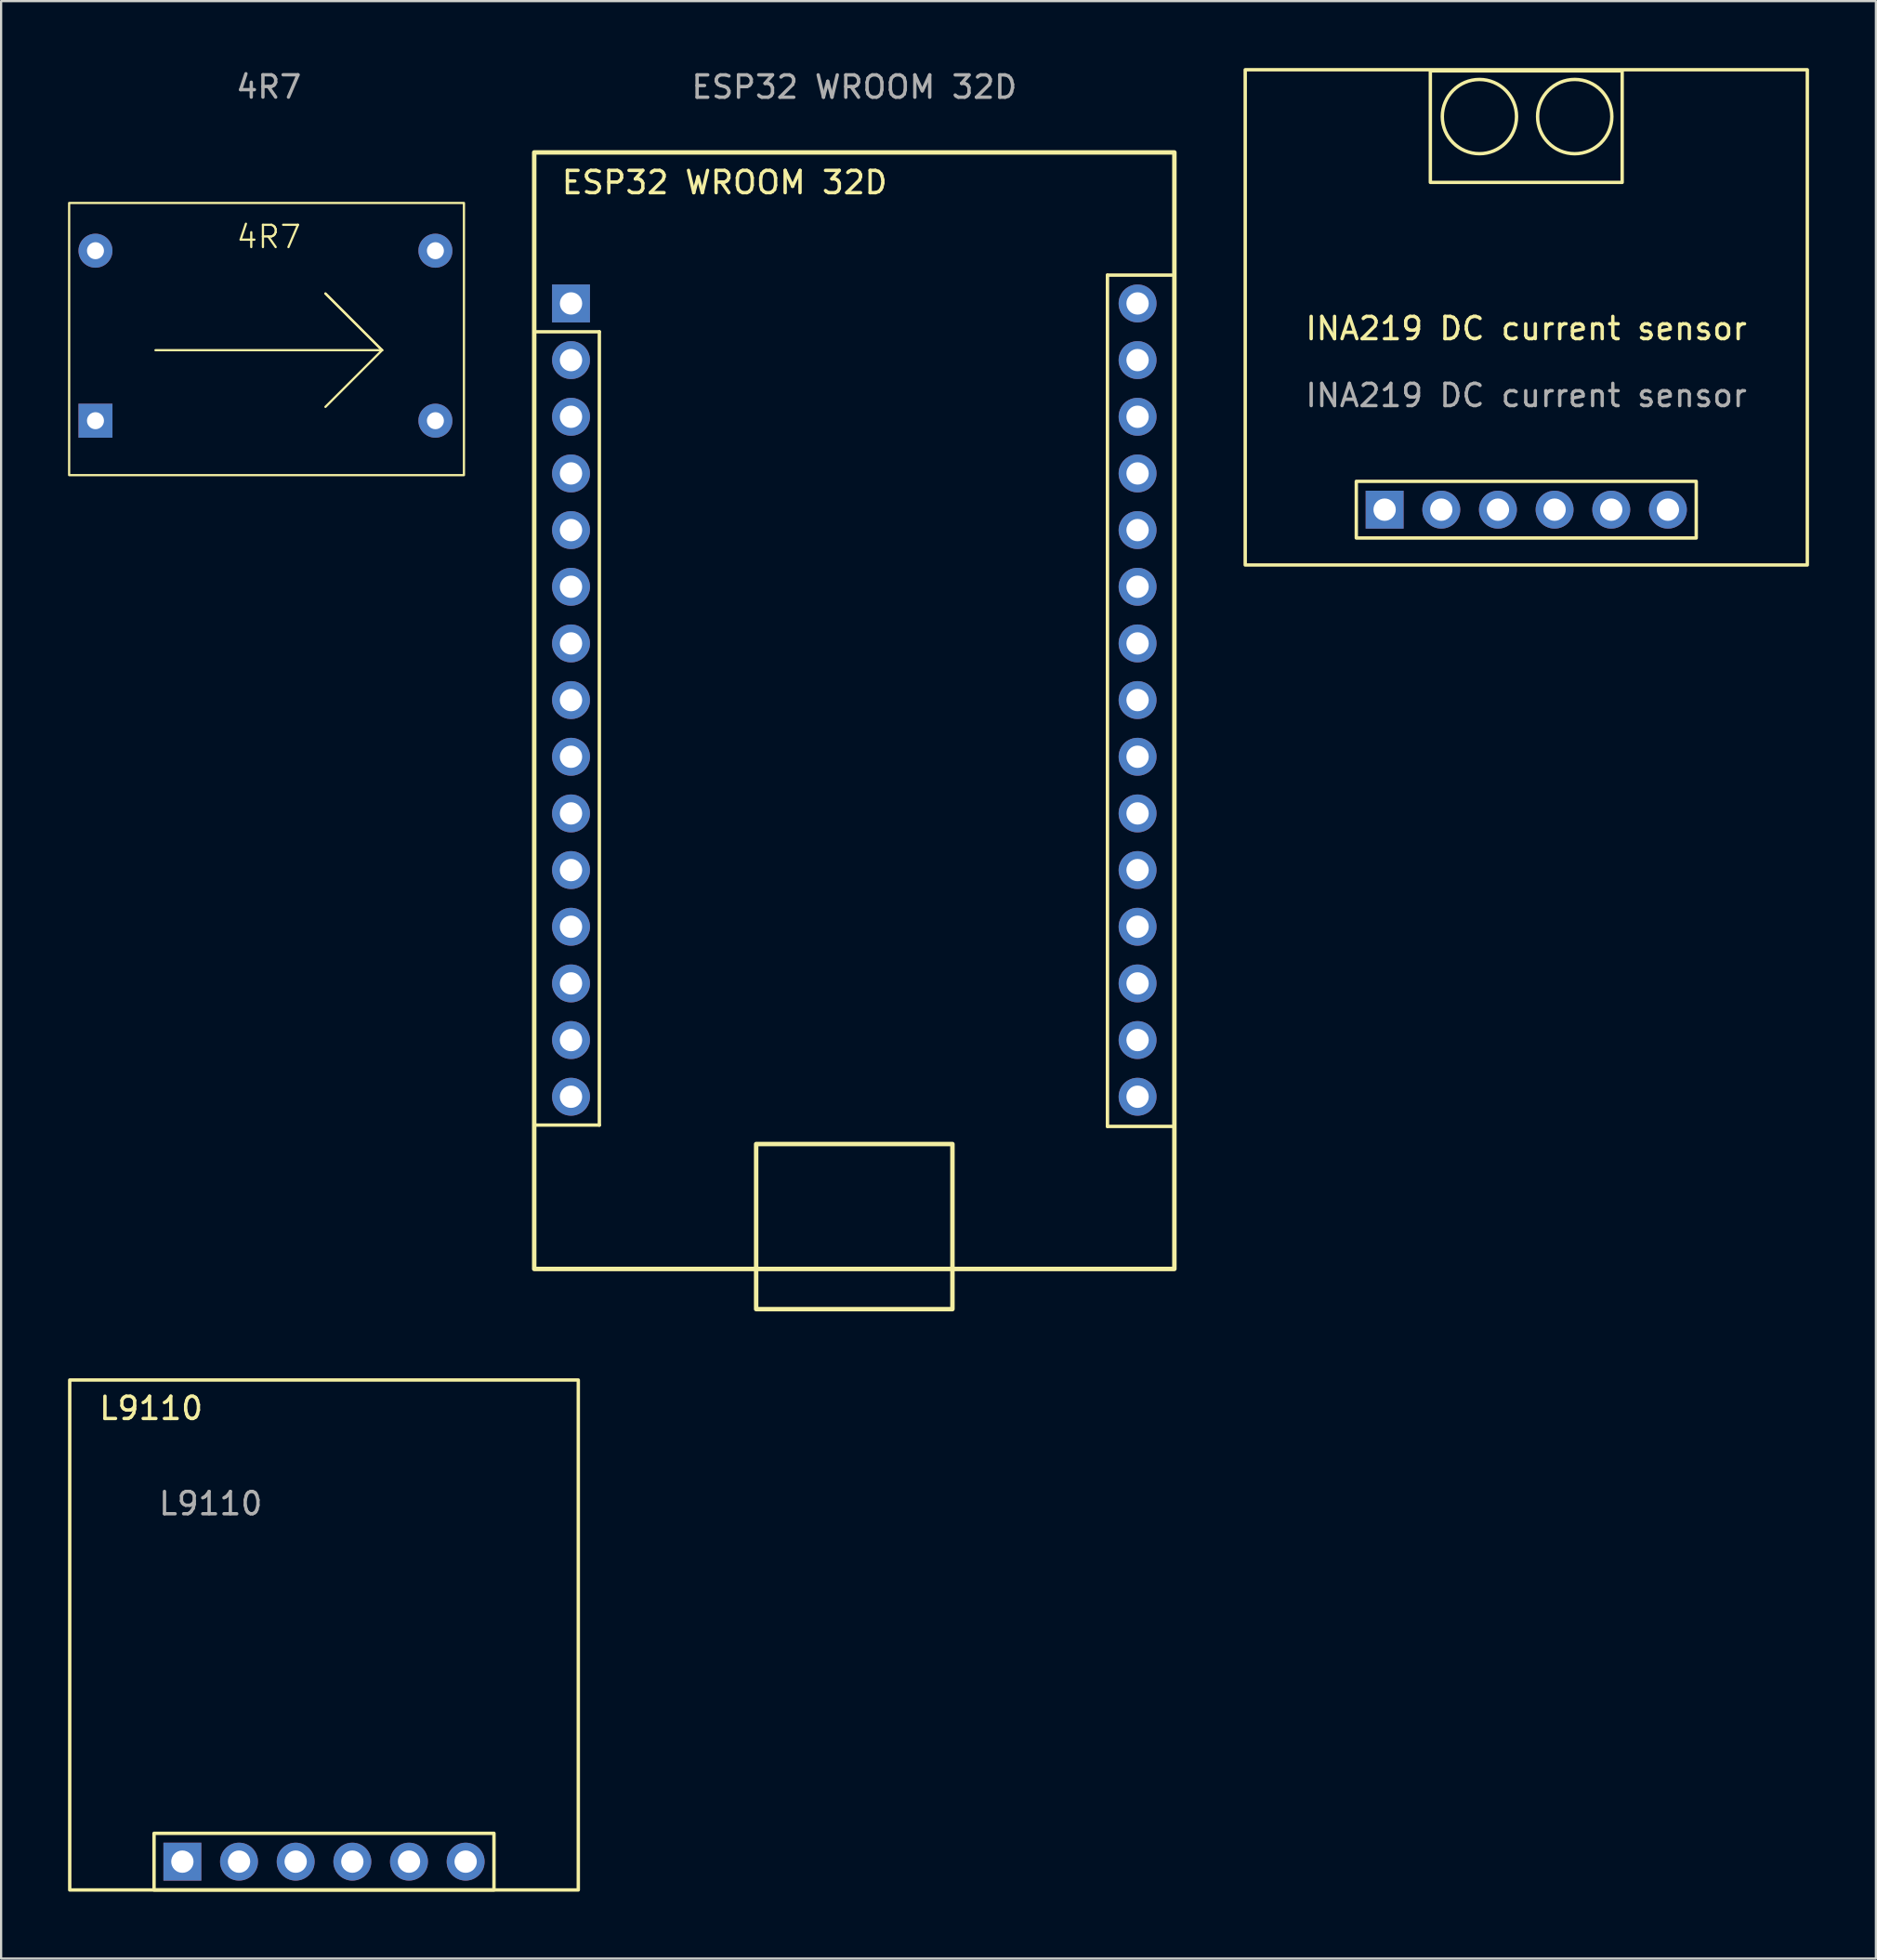
<source format=kicad_pcb>
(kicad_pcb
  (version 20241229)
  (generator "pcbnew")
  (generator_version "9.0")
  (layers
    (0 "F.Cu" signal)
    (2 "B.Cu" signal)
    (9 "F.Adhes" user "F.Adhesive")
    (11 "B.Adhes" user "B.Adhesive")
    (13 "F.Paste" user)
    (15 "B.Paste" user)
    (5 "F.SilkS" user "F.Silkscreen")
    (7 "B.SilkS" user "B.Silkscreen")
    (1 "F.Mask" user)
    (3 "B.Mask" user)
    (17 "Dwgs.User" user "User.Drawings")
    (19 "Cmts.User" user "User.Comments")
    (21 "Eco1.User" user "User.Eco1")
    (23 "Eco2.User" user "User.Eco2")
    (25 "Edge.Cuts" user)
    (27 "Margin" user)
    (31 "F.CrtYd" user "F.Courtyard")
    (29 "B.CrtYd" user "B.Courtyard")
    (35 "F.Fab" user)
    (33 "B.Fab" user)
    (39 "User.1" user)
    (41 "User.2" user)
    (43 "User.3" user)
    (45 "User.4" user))
  (footprint "INA219 DC current sensor"
    (layer "F.Cu")
    (at 65.376 12.176)
    (property "Reference" "INA219 DC current sensor" (at 0 -0.5 0) (unlocked yes) (layer "F.SilkS") (effects (font (size 1 1) (thickness 0.152))))
    (attr through_hole)
    (fp_rect (start -12.6 -12.1) (end 12.6 10.1) (stroke (width 0.152) (type default)) (fill no) (layer "F.SilkS"))
    (fp_rect (start -7.62 6.35) (end 7.62 8.89) (stroke (width 0.152) (type default)) (fill no) (layer "F.SilkS"))
    (fp_rect (start 4.3 -12.05) (end -4.3 -7.05) (stroke (width 0.152) (type default)) (fill no) (layer "F.SilkS"))
    (fp_circle (center -2.1 -10) (end -0.436 -10) (stroke (width 0.152) (type default)) (fill no) (layer "F.SilkS"))
    (fp_circle (center 2.172 -10) (end 3.837 -10) (stroke (width 0.152) (type default)) (fill no) (layer "F.SilkS"))
    (fp_text user "${REFERENCE}" (at 0 2.5 0) (unlocked yes) (layer "F.Fab") (effects (font (size 1 1) (thickness 0.15))))
    (pad "1" thru_hole rect (at -6.35 7.62) (size 1.7 1.7) (drill 1) (layers "*.Cu" "*.Mask"))
    (pad "2" thru_hole circle (at -3.81 7.62) (size 1.7 1.7) (drill 1) (layers "*.Cu" "*.Mask"))
    (pad "3" thru_hole circle (at -1.27 7.62) (size 1.7 1.7) (drill 1) (layers "*.Cu" "*.Mask"))
    (pad "4" thru_hole circle (at 1.27 7.62) (size 1.7 1.7) (drill 1) (layers "*.Cu" "*.Mask"))
    (pad "5" thru_hole circle (at 3.81 7.62) (size 1.7 1.7) (drill 1) (layers "*.Cu" "*.Mask"))
    (pad "6" thru_hole circle (at 6.35 7.62) (size 1.7 1.7) (drill 1) (layers "*.Cu" "*.Mask")))
  (footprint "L9110"
    (layer "F.Cu")
    (at 11.476 80.399)
    (property "Reference" "L9110" (at -10.16 -20.32 0) (unlocked yes) (layer "F.SilkS") (effects (font (size 1 1) (thickness 0.152)) (justify left)))
    (attr through_hole)
    (fp_rect (start -11.4 -21.59) (end 11.4 1.27) (stroke (width 0.152) (type default)) (fill no) (layer "F.SilkS"))
    (fp_rect (start -7.62 -1.27) (end 7.62 1.27) (stroke (width 0.152) (type default)) (fill no) (layer "F.SilkS"))
    (fp_text user "${REFERENCE}" (at -5.08 -16.05 0) (unlocked yes) (layer "F.Fab") (effects (font (size 1 1) (thickness 0.15))))
    (pad "1" thru_hole circle (at 6.35 0) (size 1.7 1.7) (drill 1) (layers "*.Cu" "*.Mask"))
    (pad "2" thru_hole circle (at 3.81 0) (size 1.7 1.7) (drill 1) (layers "*.Cu" "*.Mask"))
    (pad "3" thru_hole circle (at 1.27 0) (size 1.7 1.7) (drill 1) (layers "*.Cu" "*.Mask"))
    (pad "4" thru_hole circle (at -1.27 0) (size 1.7 1.7) (drill 1) (layers "*.Cu" "*.Mask"))
    (pad "5" thru_hole circle (at -3.81 0) (size 1.7 1.7) (drill 1) (layers "*.Cu" "*.Mask"))
    (pad "6" thru_hole rect (at -6.35 0) (size 1.7 1.7) (drill 1) (layers "*.Cu" "*.Mask")))
  (footprint "ESP32 WROOM 32D"
    (layer "F.Cu")
    (at 35.25 28.332)
    (property "Reference" "ESP32 WROOM 32D" (at -13.2 -23.2 0) (unlocked yes) (layer "F.SilkS") (effects (font (size 1 1) (thickness 0.152)) (justify left)))
    (attr through_hole)
    (fp_line (start -11.43 -16.51) (end -14.318 -16.51) (stroke (width 0.152) (type default)) (layer "F.SilkS"))
    (fp_line (start -11.43 19.05) (end -14.35 19.05) (stroke (width 0.152) (type default)) (layer "F.SilkS"))
    (fp_line (start -11.43 19.05) (end -11.43 -16.51) (stroke (width 0.152) (type default)) (layer "F.SilkS"))
    (fp_line (start 11.35 -19.05) (end 14.238 -19.05) (stroke (width 0.152) (type default)) (layer "F.SilkS"))
    (fp_line (start 11.35 19.11) (end 11.35 -19.05) (stroke (width 0.152) (type default)) (layer "F.SilkS"))
    (fp_line (start 11.35 19.11) (end 14.27 19.11) (stroke (width 0.152) (type default)) (layer "F.SilkS"))
    (fp_rect (start -4.4 19.9) (end 4.4 27.3) (stroke (width 0.2) (type default)) (fill no) (layer "F.SilkS"))
    (fp_rect (start 14.35 -24.55) (end -14.35 25.5) (stroke (width 0.2) (type default)) (fill no) (layer "F.SilkS"))
    (fp_text user "${REFERENCE}" (at 0 -27.48 0) (unlocked yes) (layer "F.Fab") (effects (font (size 1 1) (thickness 0.152))))
    (pad "1" thru_hole circle (at -12.7 17.78) (size 1.7 1.7) (drill 1) (layers "*.Cu" "*.Mask"))
    (pad "2" thru_hole circle (at -12.7 15.24) (size 1.7 1.7) (drill 1) (layers "*.Cu" "*.Mask"))
    (pad "3" thru_hole circle (at -12.7 12.7) (size 1.7 1.7) (drill 1) (layers "*.Cu" "*.Mask"))
    (pad "4" thru_hole circle (at -12.7 10.16) (size 1.7 1.7) (drill 1) (layers "*.Cu" "*.Mask"))
    (pad "5" thru_hole circle (at -12.7 7.62) (size 1.7 1.7) (drill 1) (layers "*.Cu" "*.Mask"))
    (pad "6" thru_hole circle (at -12.7 5.08) (size 1.7 1.7) (drill 1) (layers "*.Cu" "*.Mask"))
    (pad "7" thru_hole circle (at -12.7 2.54) (size 1.7 1.7) (drill 1) (layers "*.Cu" "*.Mask"))
    (pad "8" thru_hole circle (at -12.7 0) (size 1.7 1.7) (drill 1) (layers "*.Cu" "*.Mask"))
    (pad "9" thru_hole circle (at -12.7 -2.54) (size 1.7 1.7) (drill 1) (layers "*.Cu" "*.Mask"))
    (pad "10" thru_hole circle (at -12.7 -5.08) (size 1.7 1.7) (drill 1) (layers "*.Cu" "*.Mask"))
    (pad "11" thru_hole circle (at -12.7 -7.62) (size 1.7 1.7) (drill 1) (layers "*.Cu" "*.Mask"))
    (pad "12" thru_hole circle (at -12.7 -10.16) (size 1.7 1.7) (drill 1) (layers "*.Cu" "*.Mask"))
    (pad "13" thru_hole circle (at -12.7 -12.7) (size 1.7 1.7) (drill 1) (layers "*.Cu" "*.Mask"))
    (pad "14" thru_hole circle (at -12.7 -15.24) (size 1.7 1.7) (drill 1) (layers "*.Cu" "*.Mask"))
    (pad "15" thru_hole rect (at -12.7 -17.78) (size 1.7 1.7) (drill 1) (layers "*.Cu" "*.Mask"))
    (pad "16" thru_hole circle (at 12.7 -17.78) (size 1.7 1.7) (drill 1) (layers "*.Cu" "*.Mask"))
    (pad "17" thru_hole circle (at 12.7 -15.24) (size 1.7 1.7) (drill 1) (layers "*.Cu" "*.Mask"))
    (pad "18" thru_hole circle (at 12.7 -12.7) (size 1.7 1.7) (drill 1) (layers "*.Cu" "*.Mask"))
    (pad "19" thru_hole circle (at 12.7 -10.16) (size 1.7 1.7) (drill 1) (layers "*.Cu" "*.Mask"))
    (pad "20" thru_hole circle (at 12.7 -7.62) (size 1.7 1.7) (drill 1) (layers "*.Cu" "*.Mask"))
    (pad "21" thru_hole circle (at 12.7 -5.08) (size 1.7 1.7) (drill 1) (layers "*.Cu" "*.Mask"))
    (pad "22" thru_hole circle (at 12.7 -2.54) (size 1.7 1.7) (drill 1) (layers "*.Cu" "*.Mask"))
    (pad "23" thru_hole circle (at 12.7 0) (size 1.7 1.7) (drill 1) (layers "*.Cu" "*.Mask"))
    (pad "24" thru_hole circle (at 12.7 2.54) (size 1.7 1.7) (drill 1) (layers "*.Cu" "*.Mask"))
    (pad "25" thru_hole circle (at 12.7 5.08) (size 1.7 1.7) (drill 1) (layers "*.Cu" "*.Mask"))
    (pad "26" thru_hole circle (at 12.7 7.62) (size 1.7 1.7) (drill 1) (layers "*.Cu" "*.Mask"))
    (pad "27" thru_hole circle (at 12.7 10.16) (size 1.7 1.7) (drill 1) (layers "*.Cu" "*.Mask"))
    (pad "28" thru_hole circle (at 12.7 12.7) (size 1.7 1.7) (drill 1) (layers "*.Cu" "*.Mask"))
    (pad "29" thru_hole circle (at 12.7 15.24) (size 1.7 1.7) (drill 1) (layers "*.Cu" "*.Mask"))
    (pad "30" thru_hole circle (at 12.7 17.78) (size 1.7 1.7) (drill 1) (layers "*.Cu" "*.Mask")))
  (footprint "4R7"
    (layer "F.Cu")
    (at 9 12.648)
    (property "Reference" "4R7" (at 0 -5.08 0) (unlocked yes) (layer "F.SilkS") (effects (font (size 1 1) (thickness 0.1))))
    (attr through_hole)
    (fp_line (start -5.08 0) (end 5.08 0) (stroke (width 0.1) (type default)) (layer "F.SilkS"))
    (fp_line (start 2.54 -2.54) (end 5.08 0) (stroke (width 0.1) (type default)) (layer "F.SilkS"))
    (fp_line (start 5.08 0) (end 2.54 -2.54) (stroke (width 0.1) (type default)) (layer "F.SilkS"))
    (fp_line (start 5.08 0) (end 2.54 2.54) (stroke (width 0.1) (type default)) (layer "F.SilkS"))
    (fp_rect (start -8.95 -6.6) (end 8.75 5.6) (stroke (width 0.1) (type default)) (fill no) (layer "F.SilkS"))
    (fp_text user "${REFERENCE}" (at 0 -11.8 0) (unlocked yes) (layer "F.Fab") (effects (font (size 1 1) (thickness 0.15))))
    (pad "1" thru_hole rect (at -7.77 3.16) (size 1.524 1.524) (drill 0.762) (layers "*.Cu" "*.Mask"))
    (pad "2" thru_hole circle (at -7.77 -4.46) (size 1.524 1.524) (drill 0.762) (layers "*.Cu" "*.Mask"))
    (pad "3" thru_hole circle (at 7.47 3.16) (size 1.524 1.524) (drill 0.762) (layers "*.Cu" "*.Mask"))
    (pad "4" thru_hole circle (at 7.47 -4.46) (size 1.524 1.524) (drill 0.762) (layers "*.Cu" "*.Mask")))
  (gr_rect
    (start -3 -3)
    (end 81.052 84.745)
    (stroke (width 0.1) (type default))
    (fill no)
    (layer "Edge.Cuts")))
</source>
